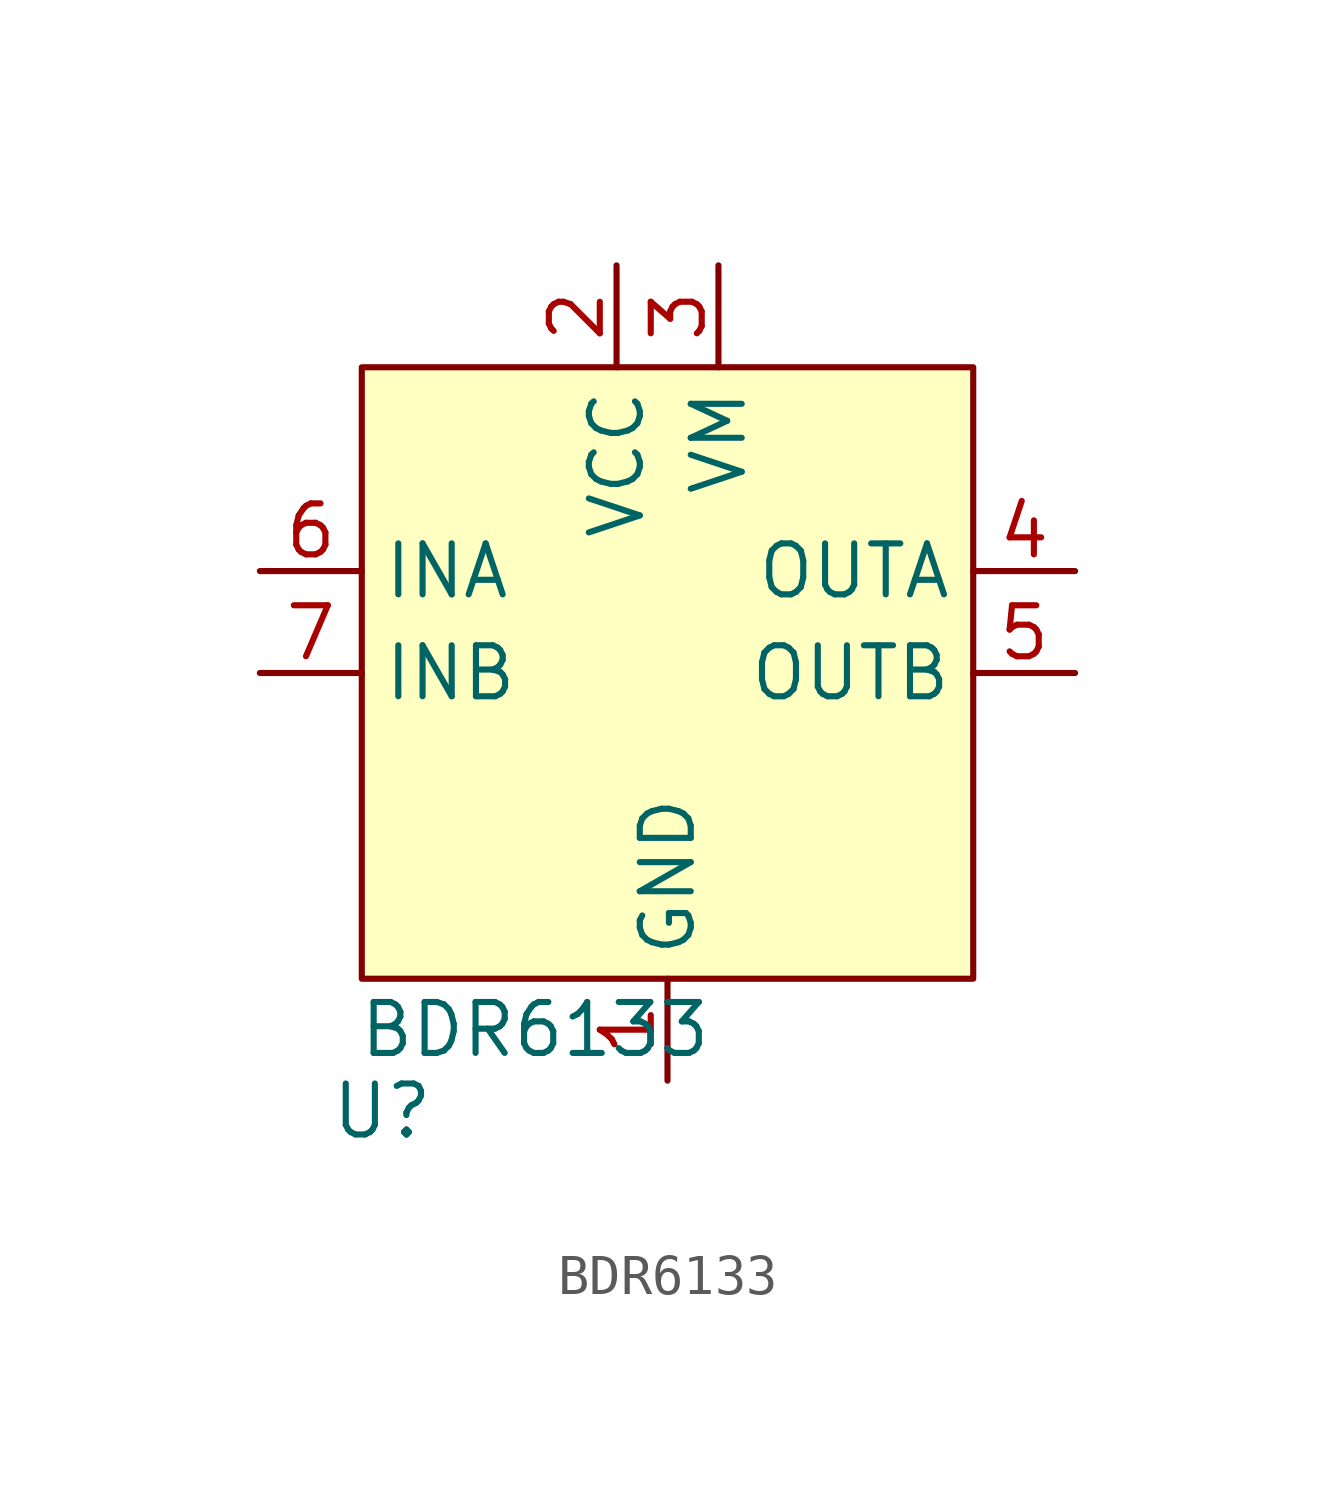
<source format=kicad_sym>
(kicad_symbol_lib
  (version 20231120)
  (generator "kicad_symbol_editor")
  (generator_version "7.99")
  (symbol "BDR6133"
    (property "Reference" "U"
      (at -7.112 -10.922 0)
      (effects (font (size 1.27 1.27))))
    (property "Value" "BDR6133"
      (at -3.302 -8.89 0)
      (effects (font (size 1.27 1.27))))
    (symbol "BDR6133_0_0"
      (pin power_in line (at 0 -10.16 90) (length 2.54) (name "GND" (effects (font (size 1.27 1.27)))) (number "1" (effects (font (size 1.27 1.27)))))
      (pin power_in line (at -1.27 10.16 270) (length 2.54) (name "VCC" (effects (font (size 1.27 1.27)))) (number "2" (effects (font (size 1.27 1.27)))))
      (pin power_in line (at 1.27 10.16 270) (length 2.54) (name "VM" (effects (font (size 1.27 1.27)))) (number "3" (effects (font (size 1.27 1.27)))))
      (pin output line (at 10.16 2.54 180) (length 2.54) (name "OUTA" (effects (font (size 1.27 1.27)))) (number "4" (effects (font (size 1.27 1.27)))))
      (pin output line (at 10.16 0 180) (length 2.54) (name "OUTB" (effects (font (size 1.27 1.27)))) (number "5" (effects (font (size 1.27 1.27)))))
      (pin input line (at -10.16 2.54 0) (length 2.54) (name "INA" (effects (font (size 1.27 1.27)))) (number "6" (effects (font (size 1.27 1.27)))))
      (pin input line (at -10.16 0 0) (length 2.54) (name "INB" (effects (font (size 1.27 1.27)))) (number "7" (effects (font (size 1.27 1.27))))))
    (symbol "BDR6133_1_0"
      (pin no_connect line (at -10.16 -2.54 0) (length 2.54) hide (name "NC" (effects (font (size 1.27 1.27)))) (number "8" (effects (font (size 1.27 1.27))))))
    (symbol "BDR6133_1_1"
      (rectangle (start -7.62 7.62) (end 7.62 -7.62) (stroke (width 0) (type default)) (fill (type background))))))
</source>
